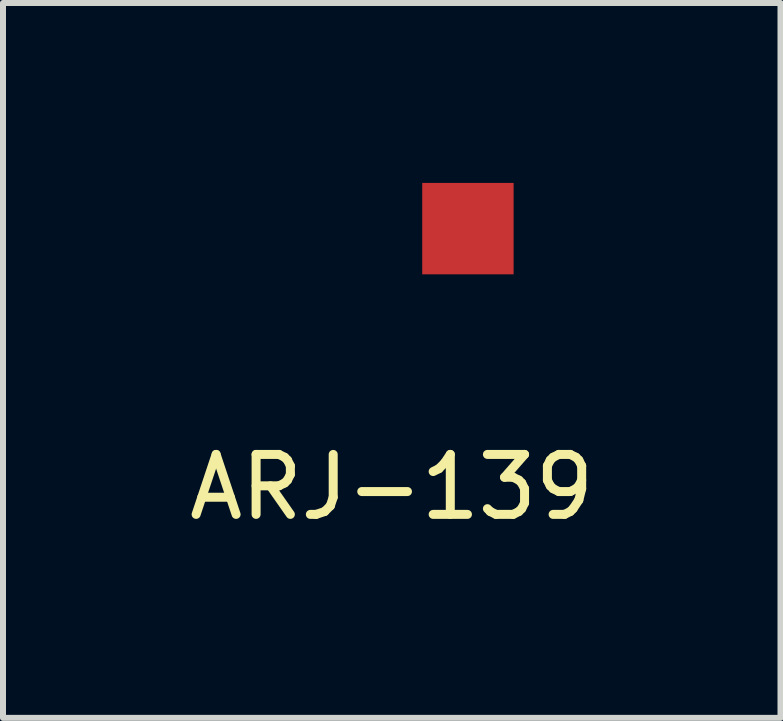
<source format=kicad_pcb>
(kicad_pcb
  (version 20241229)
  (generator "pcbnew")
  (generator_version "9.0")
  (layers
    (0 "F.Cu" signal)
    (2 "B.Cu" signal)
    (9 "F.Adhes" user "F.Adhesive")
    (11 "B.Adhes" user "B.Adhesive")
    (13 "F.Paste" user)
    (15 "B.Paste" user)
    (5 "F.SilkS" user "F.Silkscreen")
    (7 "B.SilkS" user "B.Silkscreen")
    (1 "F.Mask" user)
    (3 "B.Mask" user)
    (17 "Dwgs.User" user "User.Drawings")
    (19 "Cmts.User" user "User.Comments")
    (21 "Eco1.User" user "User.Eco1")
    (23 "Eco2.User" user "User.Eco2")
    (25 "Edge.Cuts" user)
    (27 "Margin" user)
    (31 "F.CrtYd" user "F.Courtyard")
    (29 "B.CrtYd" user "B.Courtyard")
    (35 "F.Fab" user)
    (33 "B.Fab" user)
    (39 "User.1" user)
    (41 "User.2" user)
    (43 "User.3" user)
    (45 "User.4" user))
  (footprint "ARJ-139"
    (layer "F.Cu")
    (at 3.482 4.572)
    (property "Reference" "ARJ-139" (at 0 0.5 0) (layer "F.SilkS") (effects (font (size 1 1) (thickness 0.15))))
    (attr through_hole)
    (pad "1" connect rect (at 1.27 -3.81) (size 1.524 1.524) (layers "F.Cu" "F.Mask")))
  (gr_rect
    (start -3 -3)
    (end 9.964 8.92)
    (stroke (width 0.1) (type default))
    (fill no)
    (layer "Edge.Cuts")))
</source>
